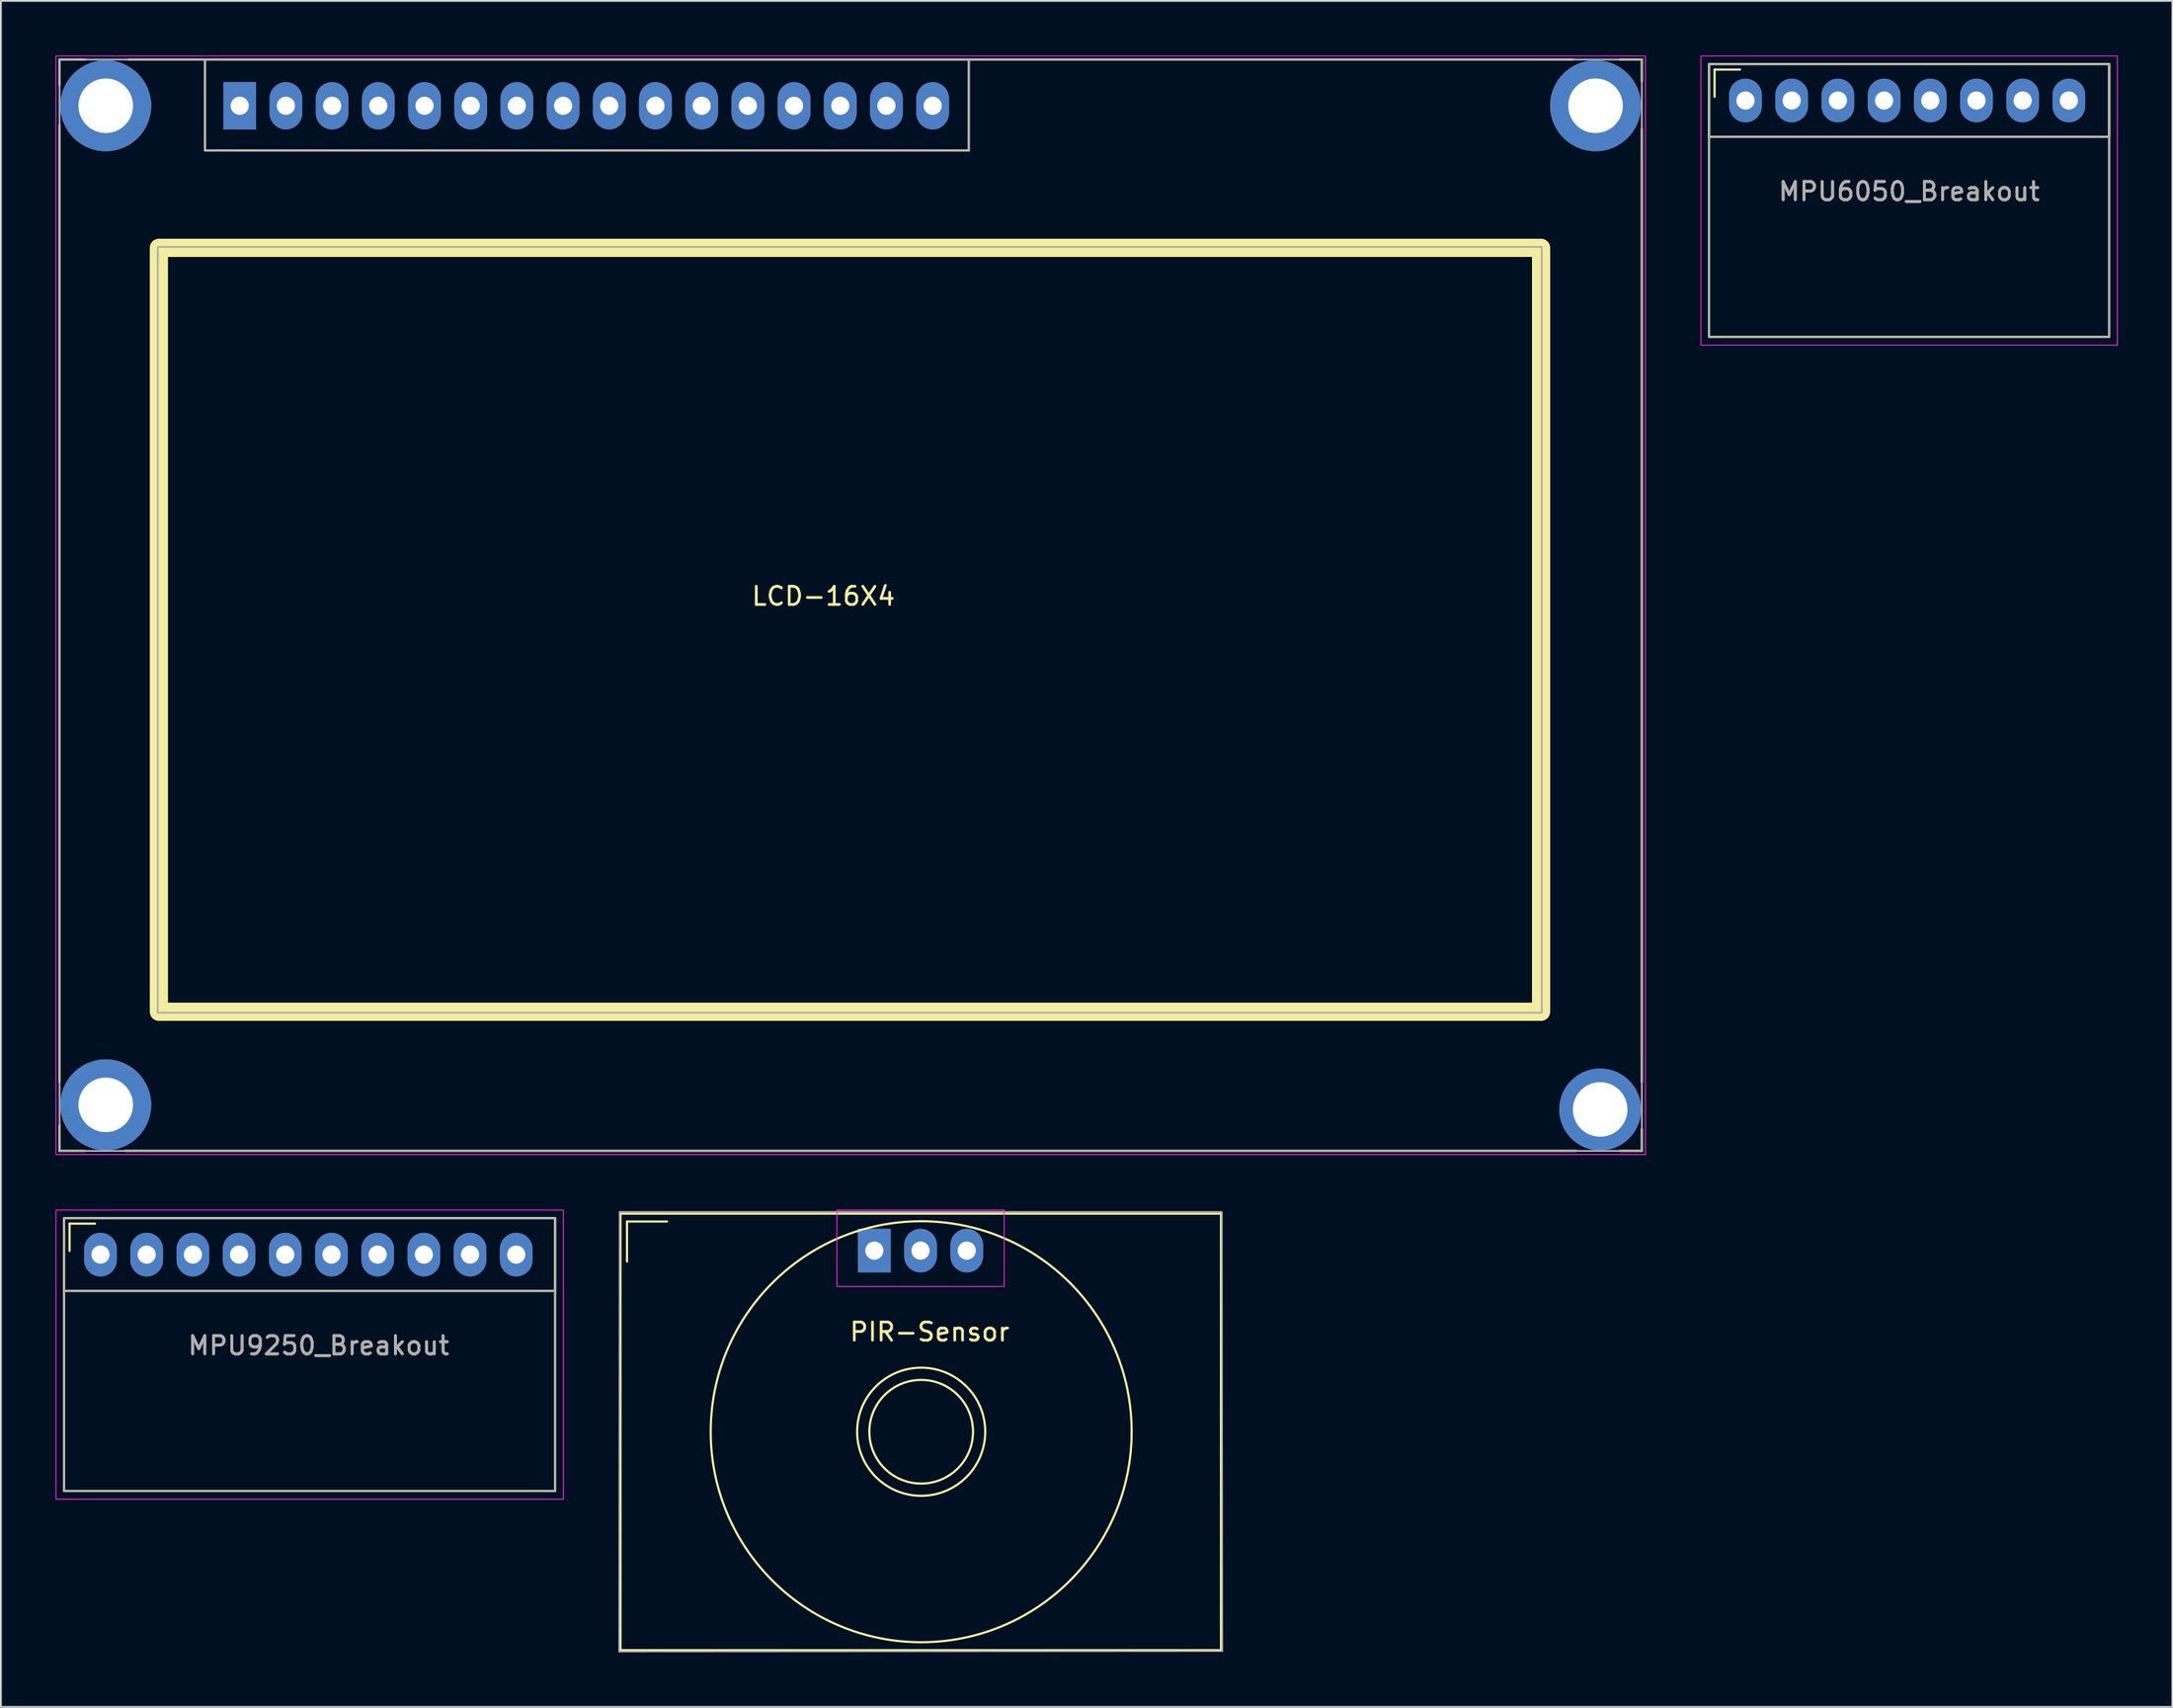
<source format=kicad_pcb>
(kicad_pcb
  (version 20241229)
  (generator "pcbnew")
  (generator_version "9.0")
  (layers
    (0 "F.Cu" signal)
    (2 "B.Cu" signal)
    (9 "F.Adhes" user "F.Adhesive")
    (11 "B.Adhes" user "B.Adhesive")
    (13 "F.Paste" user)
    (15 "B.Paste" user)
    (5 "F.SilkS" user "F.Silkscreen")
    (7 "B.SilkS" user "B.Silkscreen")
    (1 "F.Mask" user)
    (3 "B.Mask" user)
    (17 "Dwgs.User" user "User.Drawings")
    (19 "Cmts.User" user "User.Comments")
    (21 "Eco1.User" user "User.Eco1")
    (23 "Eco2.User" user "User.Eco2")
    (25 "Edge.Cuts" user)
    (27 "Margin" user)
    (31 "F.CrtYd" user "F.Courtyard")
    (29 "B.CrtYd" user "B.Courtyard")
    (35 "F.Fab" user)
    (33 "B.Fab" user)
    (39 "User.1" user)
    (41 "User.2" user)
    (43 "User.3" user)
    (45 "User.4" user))
  (footprint "MPU9250_Breakout"
    (layer "F.Cu")
    (at 2.475 65.925)
    (property "Reference" "MPU9250_Breakout" (at 12 5 0) (unlocked yes) (layer "F.SilkS") (effects (font (size 1 1) (thickness 0.15))))
    (attr through_hole)
    (fp_line (start -1.7 -1.7) (end -0.3 -1.7) (stroke (width 0.12) (type solid)) (layer "F.SilkS"))
    (fp_line (start -1.7 -0.2) (end -1.7 -1.7) (stroke (width 0.12) (type solid)) (layer "F.SilkS"))
    (fp_rect (start -2 -2) (end 25 2) (stroke (width 0.12) (type solid)) (fill no) (layer "F.SilkS"))
    (fp_rect (start -2 -2) (end 25 13) (stroke (width 0.12) (type solid)) (fill no) (layer "F.SilkS"))
    (fp_rect (start -2.45 -2.45) (end 25.45 13.45) (stroke (width 0.05) (type solid)) (fill no) (layer "F.CrtYd"))
    (fp_line (start -2 2) (end 25 2) (stroke (width 0.1) (type solid)) (layer "F.Fab"))
    (fp_rect (start -2 -2) (end 25 13) (stroke (width 0.1) (type solid)) (fill no) (layer "F.Fab"))
    (fp_text user "${REFERENCE}" (at 12 5 0) (unlocked yes) (layer "F.Fab") (effects (font (size 1 1) (thickness 0.15))))
    (pad "1" thru_hole oval (at 0 0) (size 1.8 2.4) (drill 1) (layers "*.Cu" "*.Mask"))
    (pad "2" thru_hole oval (at 2.54 0) (size 1.8 2.4) (drill 1) (layers "*.Cu" "*.Mask"))
    (pad "3" thru_hole oval (at 5.08 0) (size 1.8 2.4) (drill 1) (layers "*.Cu" "*.Mask"))
    (pad "4" thru_hole oval (at 7.62 0) (size 1.8 2.4) (drill 1) (layers "*.Cu" "*.Mask"))
    (pad "5" thru_hole oval (at 10.16 0) (size 1.8 2.4) (drill 1) (layers "*.Cu" "*.Mask"))
    (pad "6" thru_hole oval (at 12.7 0) (size 1.8 2.4) (drill 1) (layers "*.Cu" "*.Mask"))
    (pad "7" thru_hole oval (at 15.24 0) (size 1.8 2.4) (drill 1) (layers "*.Cu" "*.Mask"))
    (pad "8" thru_hole oval (at 17.78 0) (size 1.8 2.4) (drill 1) (layers "*.Cu" "*.Mask"))
    (pad "9" thru_hole oval (at 20.32 0) (size 1.8 2.4) (drill 1) (layers "*.Cu" "*.Mask"))
    (pad "10" thru_hole oval (at 22.86 0) (size 1.8 2.4) (drill 1) (layers "*.Cu" "*.Mask")))
  (footprint "MPU6050_Breakout"
    (layer "F.Cu")
    (at 92.925 2.475)
    (property "Reference" "MPU6050_Breakout" (at 9 5 0) (unlocked yes) (layer "F.SilkS") (effects (font (size 1 1) (thickness 0.15))))
    (attr through_hole)
    (fp_line (start -1.7 -1.7) (end -0.3 -1.7) (stroke (width 0.12) (type solid)) (layer "F.SilkS"))
    (fp_line (start -1.7 -0.2) (end -1.7 -1.7) (stroke (width 0.12) (type solid)) (layer "F.SilkS"))
    (fp_rect (start -2 -2) (end 20 2) (stroke (width 0.12) (type solid)) (fill no) (layer "F.SilkS"))
    (fp_rect (start -2 -2) (end 20 13) (stroke (width 0.12) (type solid)) (fill no) (layer "F.SilkS"))
    (fp_rect (start -2.45 -2.45) (end 20.45 13.45) (stroke (width 0.05) (type solid)) (fill no) (layer "F.CrtYd"))
    (fp_line (start -2 2) (end 20 2) (stroke (width 0.1) (type solid)) (layer "F.Fab"))
    (fp_rect (start -2 -2) (end 20 13) (stroke (width 0.1) (type solid)) (fill no) (layer "F.Fab"))
    (fp_text user "${REFERENCE}" (at 9 5 0) (unlocked yes) (layer "F.Fab") (effects (font (size 1 1) (thickness 0.15))))
    (pad "1" thru_hole oval (at 0 0) (size 1.8 2.4) (drill 1) (layers "*.Cu" "*.Mask"))
    (pad "2" thru_hole oval (at 2.54 0) (size 1.8 2.4) (drill 1) (layers "*.Cu" "*.Mask"))
    (pad "3" thru_hole oval (at 5.08 0) (size 1.8 2.4) (drill 1) (layers "*.Cu" "*.Mask"))
    (pad "4" thru_hole oval (at 7.62 0) (size 1.8 2.4) (drill 1) (layers "*.Cu" "*.Mask"))
    (pad "5" thru_hole oval (at 10.16 0) (size 1.8 2.4) (drill 1) (layers "*.Cu" "*.Mask"))
    (pad "6" thru_hole oval (at 12.7 0) (size 1.8 2.4) (drill 1) (layers "*.Cu" "*.Mask"))
    (pad "7" thru_hole oval (at 15.24 0) (size 1.8 2.4) (drill 1) (layers "*.Cu" "*.Mask"))
    (pad "8" thru_hole oval (at 17.78 0) (size 1.8 2.4) (drill 1) (layers "*.Cu" "*.Mask")))
  (footprint "LCD-16X4"
    (layer "F.Cu")
    (at 10.131 2.765)
    (property "Reference" "LCD-16X4" (at 32.094 26.96 0) (layer "F.SilkS") (effects (font (size 1 1) (thickness 0.15))))
    (attr through_hole)
    (fp_line (start -9.906 -2.54) (end -9.906 -1.14) (stroke (width 0.12) (type solid)) (layer "F.SilkS"))
    (fp_line (start -9.906 -2.54) (end -8.506 -2.54) (stroke (width 0.12) (type solid)) (layer "F.SilkS"))
    (fp_line (start -9.906 1.06) (end -9.906 53.66) (stroke (width 0.12) (type solid)) (layer "F.SilkS"))
    (fp_line (start -9.906 56.06) (end -9.906 57.46) (stroke (width 0.12) (type solid)) (layer "F.SilkS"))
    (fp_line (start -9.906 57.46) (end -8.506 57.46) (stroke (width 0.12) (type solid)) (layer "F.SilkS"))
    (fp_line (start -6.306 57.46) (end 73.494 57.46) (stroke (width 0.12) (type solid)) (layer "F.SilkS"))
    (fp_line (start -6.106 -2.54) (end 73.294 -2.54) (stroke (width 0.12) (type solid)) (layer "F.SilkS"))
    (fp_line (start 75.894 57.46) (end 77.094 57.46) (stroke (width 0.12) (type solid)) (layer "F.SilkS"))
    (fp_line (start 77.094 -2.54) (end 75.894 -2.54) (stroke (width 0.12) (type solid)) (layer "F.SilkS"))
    (fp_line (start 77.094 -1.34) (end 77.094 -2.54) (stroke (width 0.12) (type solid)) (layer "F.SilkS"))
    (fp_line (start 77.094 1.26) (end 77.094 53.66) (stroke (width 0.12) (type solid)) (layer "F.SilkS"))
    (fp_line (start 77.094 57.46) (end 77.094 56.26) (stroke (width 0.12) (type solid)) (layer "F.SilkS"))
    (fp_rect (start -4.445 7.811) (end 71.555 49.81) (stroke (width 1) (type solid)) (fill no) (layer "F.SilkS"))
    (fp_rect (start -1.906 -2.54) (end 40.094 2.46) (stroke (width 0.12) (type solid)) (fill no) (layer "F.SilkS"))
    (fp_rect (start -10.106 -2.74) (end 77.294 57.66) (stroke (width 0.05) (type solid)) (fill no) (layer "F.CrtYd"))
    (fp_rect (start -9.906 -2.54) (end 77.094 57.46) (stroke (width 0.1) (type solid)) (fill no) (layer "F.Fab"))
    (fp_rect (start -4.506 7.76) (end 71.594 49.86) (stroke (width 0.1) (type solid)) (fill no) (layer "F.Fab"))
    (fp_rect (start -1.906 -2.54) (end 40.094 2.46) (stroke (width 0.1) (type solid)) (fill no) (layer "F.Fab"))
    (pad "" thru_hole circle (at -7.366 0) (size 5 5) (drill 3) (layers "*.Cu" "*.Mask"))
    (pad "" thru_hole circle (at -7.366 54.928) (size 5 5) (drill 3) (layers "*.Cu" "*.Mask"))
    (pad "" thru_hole circle (at 74.549 0) (size 5 5) (drill 3) (layers "*.Cu" "*.Mask"))
    (pad "" thru_hole circle (at 74.803 55.181) (size 4.5 4.5) (drill 3) (layers "*.Cu" "*.Mask"))
    (pad "1" thru_hole rect (at 0 0) (size 1.8 2.6) (drill 1) (layers "*.Cu" "*.Mask"))
    (pad "2" thru_hole oval (at 2.54 0) (size 1.8 2.6) (drill 1) (layers "*.Cu" "*.Mask"))
    (pad "3" thru_hole oval (at 5.08 0) (size 1.8 2.6) (drill 1) (layers "*.Cu" "*.Mask"))
    (pad "4" thru_hole oval (at 7.62 0) (size 1.8 2.6) (drill 1) (layers "*.Cu" "*.Mask"))
    (pad "5" thru_hole oval (at 10.16 0) (size 1.8 2.6) (drill 1) (layers "*.Cu" "*.Mask"))
    (pad "6" thru_hole oval (at 12.7 0) (size 1.8 2.6) (drill 1) (layers "*.Cu" "*.Mask"))
    (pad "7" thru_hole oval (at 15.24 0) (size 1.8 2.6) (drill 1) (layers "*.Cu" "*.Mask"))
    (pad "8" thru_hole oval (at 17.78 0) (size 1.8 2.6) (drill 1) (layers "*.Cu" "*.Mask"))
    (pad "9" thru_hole oval (at 20.32 0) (size 1.8 2.6) (drill 1) (layers "*.Cu" "*.Mask"))
    (pad "10" thru_hole oval (at 22.86 0) (size 1.8 2.6) (drill 1) (layers "*.Cu" "*.Mask"))
    (pad "11" thru_hole oval (at 25.4 0) (size 1.8 2.6) (drill 1) (layers "*.Cu" "*.Mask"))
    (pad "12" thru_hole oval (at 27.94 0) (size 1.8 2.6) (drill 1) (layers "*.Cu" "*.Mask"))
    (pad "13" thru_hole oval (at 30.48 0) (size 1.8 2.6) (drill 1) (layers "*.Cu" "*.Mask"))
    (pad "14" thru_hole oval (at 33.02 0) (size 1.8 2.6) (drill 1) (layers "*.Cu" "*.Mask"))
    (pad "15" thru_hole oval (at 35.56 0) (size 1.8 2.6) (drill 1) (layers "*.Cu" "*.Mask"))
    (pad "16" thru_hole oval (at 38.1 0) (size 1.8 2.6) (drill 1) (layers "*.Cu" "*.Mask")))
  (footprint "PIR-Sensor"
    (layer "F.Cu")
    (at 45.026 65.707)
    (property "Reference" "PIR-Sensor" (at 3.04 4.468 0) (layer "F.SilkS") (effects (font (size 1 1) (thickness 0.15))))
    (attr through_hole)
    (fp_line (start -13.96 -2.032) (end -13.96 21.968) (stroke (width 0.12) (type solid)) (layer "F.SilkS"))
    (fp_line (start -13.96 -2.032) (end 19.04 -2.032) (stroke (width 0.12) (type solid)) (layer "F.SilkS"))
    (fp_line (start -13.96 21.968) (end 19.04 21.968) (stroke (width 0.12) (type solid)) (layer "F.SilkS"))
    (fp_line (start -13.6 -1.6) (end -11.4 -1.6) (stroke (width 0.12) (type solid)) (layer "F.SilkS"))
    (fp_line (start -13.6 0.6) (end -13.6 -1.6) (stroke (width 0.12) (type solid)) (layer "F.SilkS"))
    (fp_line (start 19.06 -2.032) (end 19.06 21.968) (stroke (width 0.12) (type solid)) (layer "F.SilkS"))
    (fp_circle (center 2.575 9.957) (end 4.861 11.659) (stroke (width 0.12) (type solid)) (fill no) (layer "F.SilkS"))
    (fp_circle (center 2.575 9.957) (end 5.75 11.481) (stroke (width 0.12) (type solid)) (fill no) (layer "F.SilkS"))
    (fp_circle (center 2.575 9.957) (end 11.008 17.882) (stroke (width 0.12) (type solid)) (fill no) (layer "F.SilkS"))
    (fp_rect (start -2.06 -2.232) (end 7.14 1.968) (stroke (width 0.05) (type solid)) (fill no) (layer "F.CrtYd"))
    (fp_line (start -14.036 22.047) (end -14.011 -2.134) (stroke (width 0.08) (type solid)) (layer "F.Fab"))
    (fp_line (start -14.011 -2.134) (end 19.111 -2.134) (stroke (width 0.08) (type solid)) (layer "F.Fab"))
    (fp_line (start 19.111 -2.083) (end 19.136 22.022) (stroke (width 0.08) (type solid)) (layer "F.Fab"))
    (fp_line (start 19.136 22.022) (end -14.036 22.047) (stroke (width 0.08) (type solid)) (layer "F.Fab"))
    (pad "1" thru_hole rect (at 0 0) (size 1.8 2.4) (drill 1) (layers "*.Cu" "*.Mask"))
    (pad "2" thru_hole oval (at 2.54 0) (size 1.8 2.4) (drill 1) (layers "*.Cu" "*.Mask"))
    (pad "3" thru_hole oval (at 5.08 0) (size 1.8 2.4) (drill 1) (layers "*.Cu" "*.Mask")))
  (gr_rect
    (start -3 -3)
    (end 116.4 90.794)
    (stroke (width 0.1) (type default))
    (fill no)
    (layer "Edge.Cuts")))
</source>
